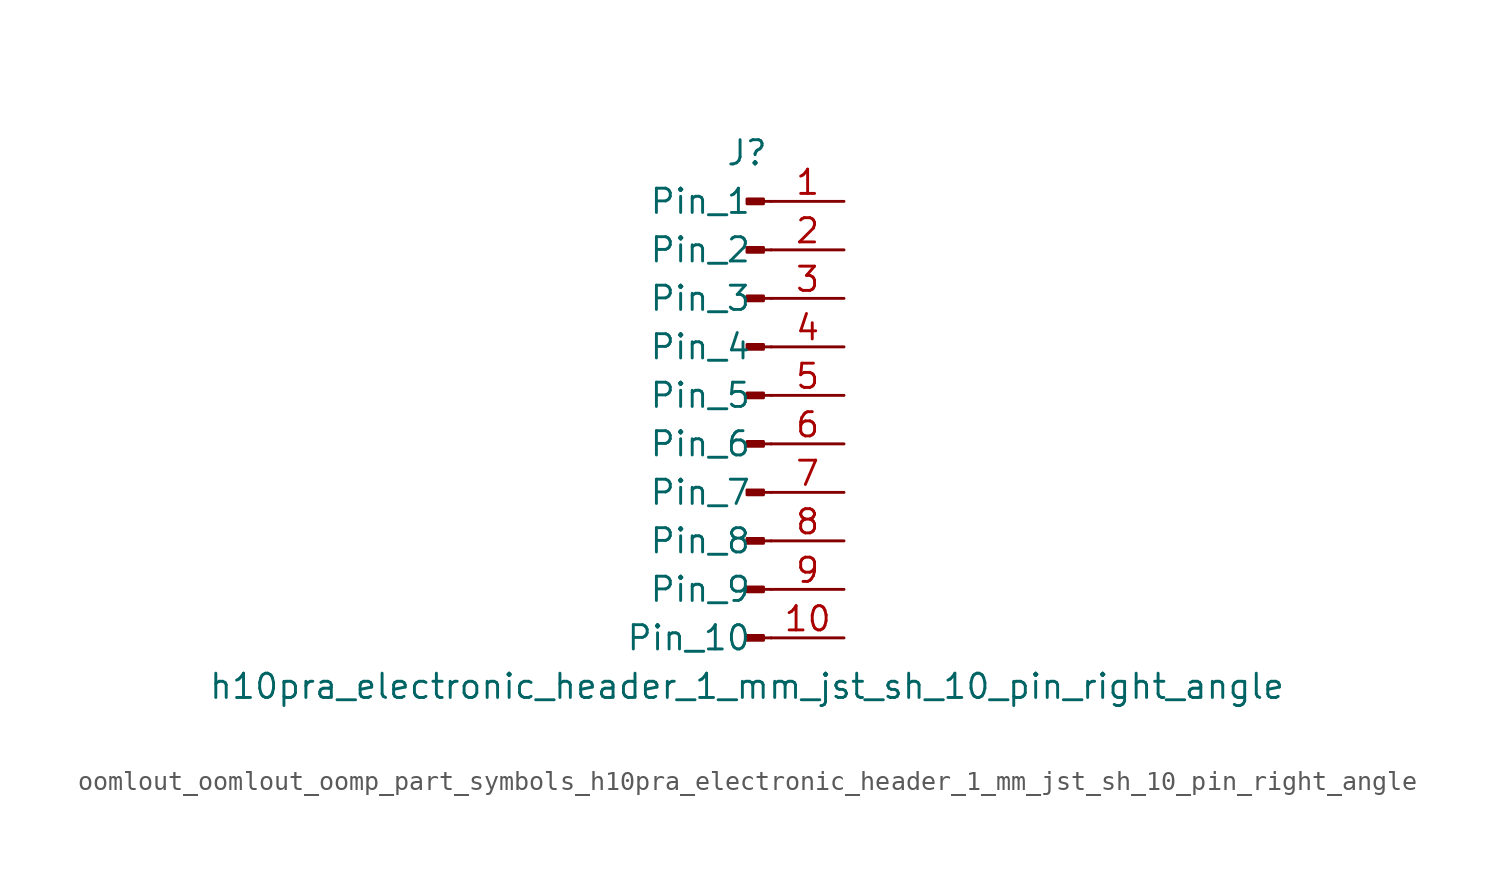
<source format=kicad_sym>
(kicad_symbol_lib
  (version 20220914)
  (generator kicad_symbol_editor)
  (symbol "oomlout_oomlout_oomp_part_symbols_h10pra_electronic_header_1_mm_jst_sh_10_pin_right_angle"
    (pin_names
      (offset 1.016))
    (property "Reference" "J"
      (at 0 12.7 0)
      (effects (font (size 1.27 1.27))))
    (property "Value" "h10pra_electronic_header_1_mm_jst_sh_10_pin_right_angle"
      (at 0 -15.24 0)
      (effects (font (size 1.27 1.27))))
    (property "ki_locked" ""
      (at 0 0 0)
      (effects (font (size 1.27 1.27))))
    (symbol "oomlout_oomlout_oomp_part_symbols_h10pra_electronic_header_1_mm_jst_sh_10_pin_right_angle_1_1"
      (polyline (pts (xy 1.27 -12.7) (xy 0.864 -12.7)) (stroke (width 0.152) (type default)) (fill (type none)))
      (polyline (pts (xy 1.27 -10.16) (xy 0.864 -10.16)) (stroke (width 0.152) (type default)) (fill (type none)))
      (polyline (pts (xy 1.27 -7.62) (xy 0.864 -7.62)) (stroke (width 0.152) (type default)) (fill (type none)))
      (polyline (pts (xy 1.27 -5.08) (xy 0.864 -5.08)) (stroke (width 0.152) (type default)) (fill (type none)))
      (polyline (pts (xy 1.27 -2.54) (xy 0.864 -2.54)) (stroke (width 0.152) (type default)) (fill (type none)))
      (polyline (pts (xy 1.27 0) (xy 0.864 0)) (stroke (width 0.152) (type default)) (fill (type none)))
      (polyline (pts (xy 1.27 2.54) (xy 0.864 2.54)) (stroke (width 0.152) (type default)) (fill (type none)))
      (polyline (pts (xy 1.27 5.08) (xy 0.864 5.08)) (stroke (width 0.152) (type default)) (fill (type none)))
      (polyline (pts (xy 1.27 7.62) (xy 0.864 7.62)) (stroke (width 0.152) (type default)) (fill (type none)))
      (polyline (pts (xy 1.27 10.16) (xy 0.864 10.16)) (stroke (width 0.152) (type default)) (fill (type none)))
      (rectangle (start 0.864 -12.573) (end 0 -12.827) (stroke (width 0.152) (type default)) (fill (type outline)))
      (rectangle (start 0.864 -10.033) (end 0 -10.287) (stroke (width 0.152) (type default)) (fill (type outline)))
      (rectangle (start 0.864 -7.493) (end 0 -7.747) (stroke (width 0.152) (type default)) (fill (type outline)))
      (rectangle (start 0.864 -4.953) (end 0 -5.207) (stroke (width 0.152) (type default)) (fill (type outline)))
      (rectangle (start 0.864 -2.413) (end 0 -2.667) (stroke (width 0.152) (type default)) (fill (type outline)))
      (rectangle (start 0.864 0.127) (end 0 -0.127) (stroke (width 0.152) (type default)) (fill (type outline)))
      (rectangle (start 0.864 2.667) (end 0 2.413) (stroke (width 0.152) (type default)) (fill (type outline)))
      (rectangle (start 0.864 5.207) (end 0 4.953) (stroke (width 0.152) (type default)) (fill (type outline)))
      (rectangle (start 0.864 7.747) (end 0 7.493) (stroke (width 0.152) (type default)) (fill (type outline)))
      (rectangle (start 0.864 10.287) (end 0 10.033) (stroke (width 0.152) (type default)) (fill (type outline)))
      (pin passive line (at 5.08 10.16 180) (length 3.81) (name "Pin_1" (effects (font (size 1.27 1.27)))) (number "1" (effects (font (size 1.27 1.27)))))
      (pin passive line (at 5.08 -12.7 180) (length 3.81) (name "Pin_10" (effects (font (size 1.27 1.27)))) (number "10" (effects (font (size 1.27 1.27)))))
      (pin passive line (at 5.08 7.62 180) (length 3.81) (name "Pin_2" (effects (font (size 1.27 1.27)))) (number "2" (effects (font (size 1.27 1.27)))))
      (pin passive line (at 5.08 5.08 180) (length 3.81) (name "Pin_3" (effects (font (size 1.27 1.27)))) (number "3" (effects (font (size 1.27 1.27)))))
      (pin passive line (at 5.08 2.54 180) (length 3.81) (name "Pin_4" (effects (font (size 1.27 1.27)))) (number "4" (effects (font (size 1.27 1.27)))))
      (pin passive line (at 5.08 0 180) (length 3.81) (name "Pin_5" (effects (font (size 1.27 1.27)))) (number "5" (effects (font (size 1.27 1.27)))))
      (pin passive line (at 5.08 -2.54 180) (length 3.81) (name "Pin_6" (effects (font (size 1.27 1.27)))) (number "6" (effects (font (size 1.27 1.27)))))
      (pin passive line (at 5.08 -5.08 180) (length 3.81) (name "Pin_7" (effects (font (size 1.27 1.27)))) (number "7" (effects (font (size 1.27 1.27)))))
      (pin passive line (at 5.08 -7.62 180) (length 3.81) (name "Pin_8" (effects (font (size 1.27 1.27)))) (number "8" (effects (font (size 1.27 1.27)))))
      (pin passive line (at 5.08 -10.16 180) (length 3.81) (name "Pin_9" (effects (font (size 1.27 1.27)))) (number "9" (effects (font (size 1.27 1.27))))))))
</source>
